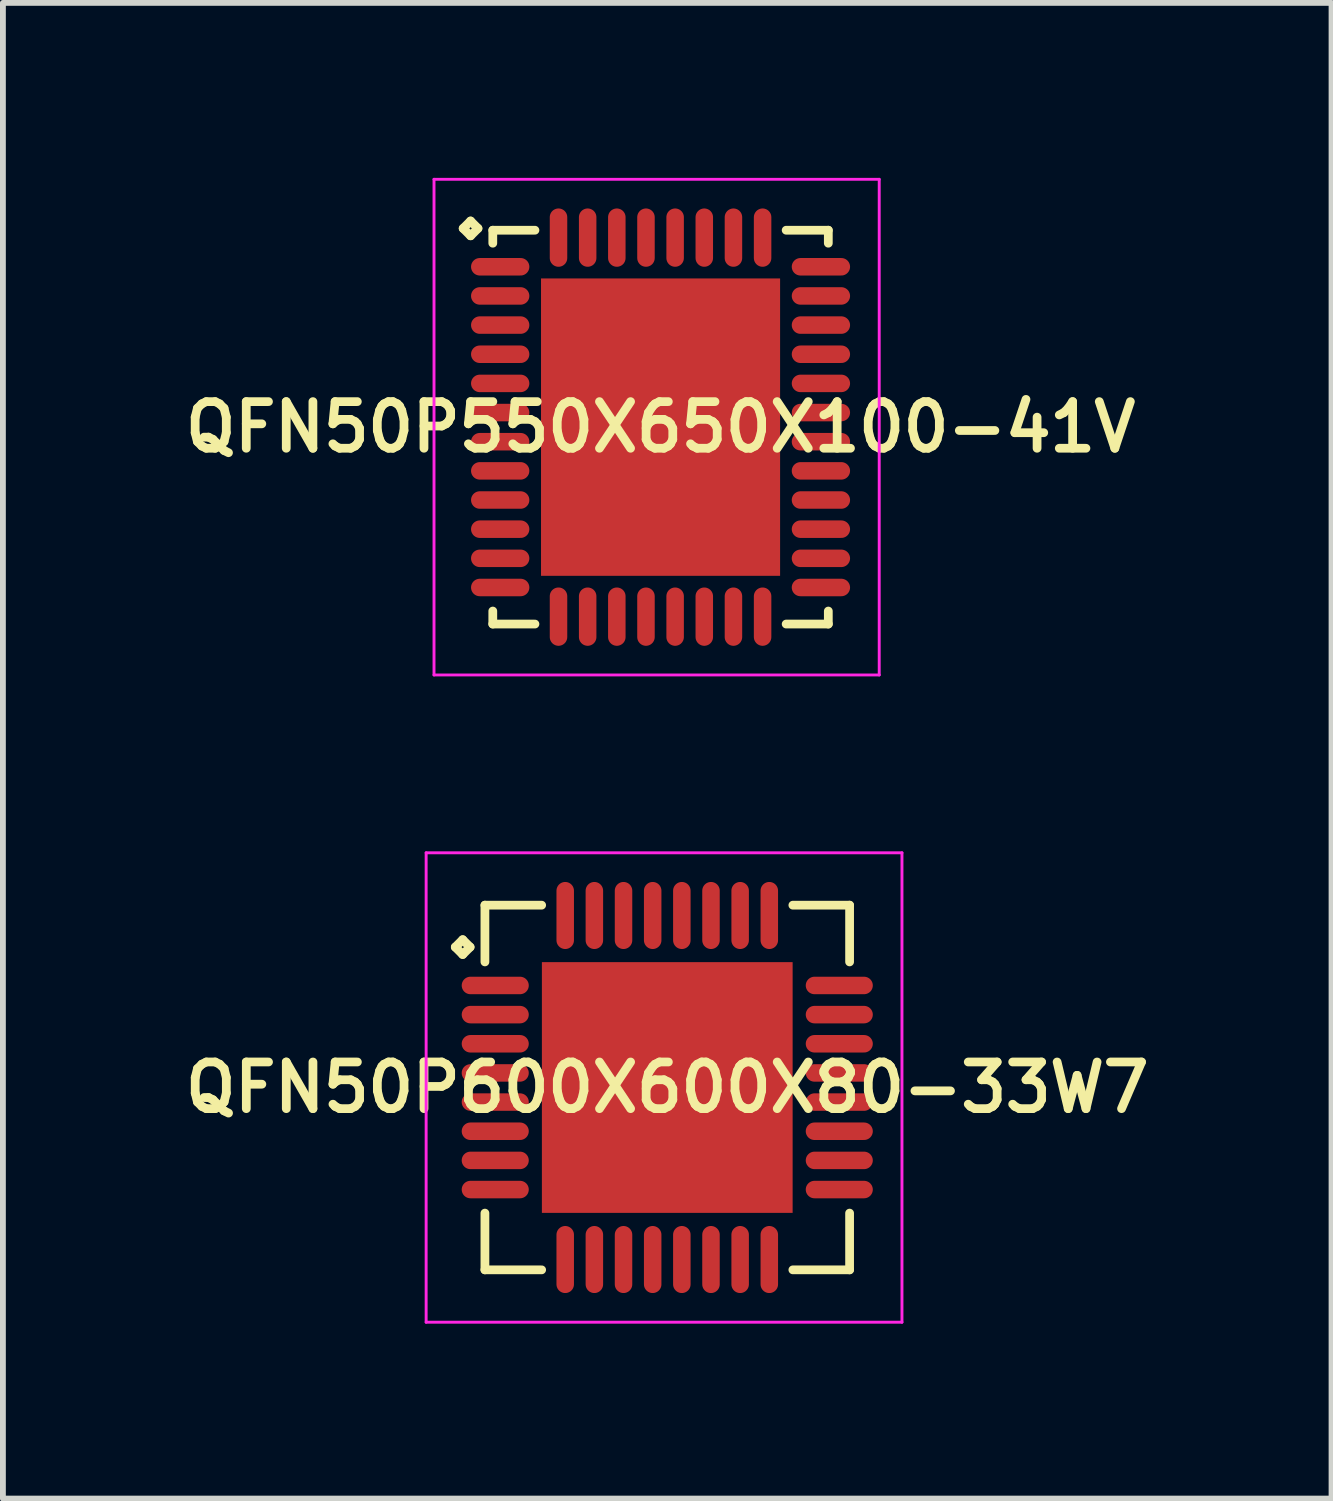
<source format=kicad_pcb>
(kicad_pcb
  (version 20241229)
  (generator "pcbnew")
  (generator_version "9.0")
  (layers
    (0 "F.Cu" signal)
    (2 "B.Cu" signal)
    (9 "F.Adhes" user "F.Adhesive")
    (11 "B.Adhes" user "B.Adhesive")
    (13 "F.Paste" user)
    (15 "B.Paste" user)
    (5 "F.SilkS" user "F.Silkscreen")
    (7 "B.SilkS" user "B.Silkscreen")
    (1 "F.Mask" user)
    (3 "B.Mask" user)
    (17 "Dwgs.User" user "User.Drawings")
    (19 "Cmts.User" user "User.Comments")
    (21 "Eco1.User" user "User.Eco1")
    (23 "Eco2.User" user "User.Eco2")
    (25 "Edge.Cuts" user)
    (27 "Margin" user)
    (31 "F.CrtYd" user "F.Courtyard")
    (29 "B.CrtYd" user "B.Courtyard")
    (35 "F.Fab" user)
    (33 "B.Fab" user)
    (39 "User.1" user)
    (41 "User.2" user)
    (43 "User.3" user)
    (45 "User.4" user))
  (footprint "QFN50P550X650X100-41V"
    (layer "F.Cu")
    (at 8.278 4.275)
    (property "Reference" "QFN50P550X650X100-41V" (at 0 0 0) (layer "F.SilkS") (effects (font (size 0.8 0.8) (thickness 0.15))))
    (attr smd)
    (fp_line (start -3.385 -3.408) (end -3.258 -3.535) (stroke (width 0.15) (type solid)) (layer "F.SilkS"))
    (fp_line (start -3.258 -3.535) (end -3.131 -3.408) (stroke (width 0.15) (type solid)) (layer "F.SilkS"))
    (fp_line (start -3.258 -3.281) (end -3.385 -3.408) (stroke (width 0.15) (type solid)) (layer "F.SilkS"))
    (fp_line (start -3.131 -3.408) (end -3.258 -3.281) (stroke (width 0.15) (type solid)) (layer "F.SilkS"))
    (fp_line (start -2.877 -3.377) (end -2.154 -3.377) (stroke (width 0.15) (type solid)) (layer "F.SilkS"))
    (fp_line (start -2.877 -3.154) (end -2.877 -3.377) (stroke (width 0.15) (type solid)) (layer "F.SilkS"))
    (fp_line (start -2.877 3.154) (end -2.877 3.377) (stroke (width 0.15) (type solid)) (layer "F.SilkS"))
    (fp_line (start -2.877 3.377) (end -2.154 3.377) (stroke (width 0.15) (type solid)) (layer "F.SilkS"))
    (fp_line (start 2.154 -3.377) (end 2.877 -3.377) (stroke (width 0.15) (type solid)) (layer "F.SilkS"))
    (fp_line (start 2.154 3.377) (end 2.877 3.377) (stroke (width 0.15) (type solid)) (layer "F.SilkS"))
    (fp_line (start 2.877 -3.377) (end 2.877 -3.154) (stroke (width 0.15) (type solid)) (layer "F.SilkS"))
    (fp_line (start 2.877 3.377) (end 2.877 3.154) (stroke (width 0.15) (type solid)) (layer "F.SilkS"))
    (fp_line (start -3.885 -4.25) (end 3.75 -4.25) (stroke (width 0.05) (type solid)) (layer "F.CrtYd"))
    (fp_line (start -3.885 4.25) (end -3.885 -4.25) (stroke (width 0.05) (type solid)) (layer "F.CrtYd"))
    (fp_line (start 3.75 -4.25) (end 3.75 4.25) (stroke (width 0.05) (type solid)) (layer "F.CrtYd"))
    (fp_line (start 3.75 4.25) (end -3.885 4.25) (stroke (width 0.05) (type solid)) (layer "F.CrtYd"))
    (pad "1" smd oval (at -2.75 -2.75) (size 1 0.3) (layers "F.Cu" "F.Mask" "F.Paste"))
    (pad "2" smd oval (at -2.75 -2.25) (size 1 0.3) (layers "F.Cu" "F.Mask" "F.Paste"))
    (pad "3" smd oval (at -2.75 -1.75) (size 1 0.3) (layers "F.Cu" "F.Mask" "F.Paste"))
    (pad "4" smd oval (at -2.75 -1.25) (size 1 0.3) (layers "F.Cu" "F.Mask" "F.Paste"))
    (pad "5" smd oval (at -2.75 -0.75) (size 1 0.3) (layers "F.Cu" "F.Mask" "F.Paste"))
    (pad "6" smd oval (at -2.75 -0.25) (size 1 0.3) (layers "F.Cu" "F.Mask" "F.Paste"))
    (pad "7" smd oval (at -2.75 0.25) (size 1 0.3) (layers "F.Cu" "F.Mask" "F.Paste"))
    (pad "8" smd oval (at -2.75 0.75) (size 1 0.3) (layers "F.Cu" "F.Mask" "F.Paste"))
    (pad "9" smd oval (at -2.75 1.25) (size 1 0.3) (layers "F.Cu" "F.Mask" "F.Paste"))
    (pad "10" smd oval (at -2.75 1.75) (size 1 0.3) (layers "F.Cu" "F.Mask" "F.Paste"))
    (pad "11" smd oval (at -2.75 2.25) (size 1 0.3) (layers "F.Cu" "F.Mask" "F.Paste"))
    (pad "12" smd oval (at -2.75 2.75) (size 1 0.3) (layers "F.Cu" "F.Mask" "F.Paste"))
    (pad "13" smd oval (at -1.75 3.25) (size 0.3 1) (layers "F.Cu" "F.Mask" "F.Paste"))
    (pad "14" smd oval (at -1.25 3.25) (size 0.3 1) (layers "F.Cu" "F.Mask" "F.Paste"))
    (pad "15" smd oval (at -0.75 3.25) (size 0.3 1) (layers "F.Cu" "F.Mask" "F.Paste"))
    (pad "16" smd oval (at -0.25 3.25) (size 0.3 1) (layers "F.Cu" "F.Mask" "F.Paste"))
    (pad "17" smd oval (at 0.25 3.25) (size 0.3 1) (layers "F.Cu" "F.Mask" "F.Paste"))
    (pad "18" smd oval (at 0.75 3.25) (size 0.3 1) (layers "F.Cu" "F.Mask" "F.Paste"))
    (pad "19" smd oval (at 1.25 3.25) (size 0.3 1) (layers "F.Cu" "F.Mask" "F.Paste"))
    (pad "20" smd oval (at 1.75 3.25) (size 0.3 1) (layers "F.Cu" "F.Mask" "F.Paste"))
    (pad "21" smd oval (at 2.75 2.75) (size 1 0.3) (layers "F.Cu" "F.Mask" "F.Paste"))
    (pad "22" smd oval (at 2.75 2.25) (size 1 0.3) (layers "F.Cu" "F.Mask" "F.Paste"))
    (pad "23" smd oval (at 2.75 1.75) (size 1 0.3) (layers "F.Cu" "F.Mask" "F.Paste"))
    (pad "24" smd oval (at 2.75 1.25) (size 1 0.3) (layers "F.Cu" "F.Mask" "F.Paste"))
    (pad "25" smd oval (at 2.75 0.75) (size 1 0.3) (layers "F.Cu" "F.Mask" "F.Paste"))
    (pad "26" smd oval (at 2.75 0.25) (size 1 0.3) (layers "F.Cu" "F.Mask" "F.Paste"))
    (pad "27" smd oval (at 2.75 -0.25) (size 1 0.3) (layers "F.Cu" "F.Mask" "F.Paste"))
    (pad "28" smd oval (at 2.75 -0.75) (size 1 0.3) (layers "F.Cu" "F.Mask" "F.Paste"))
    (pad "29" smd oval (at 2.75 -1.25) (size 1 0.3) (layers "F.Cu" "F.Mask" "F.Paste"))
    (pad "30" smd oval (at 2.75 -1.75) (size 1 0.3) (layers "F.Cu" "F.Mask" "F.Paste"))
    (pad "31" smd oval (at 2.75 -2.25) (size 1 0.3) (layers "F.Cu" "F.Mask" "F.Paste"))
    (pad "32" smd oval (at 2.75 -2.75) (size 1 0.3) (layers "F.Cu" "F.Mask" "F.Paste"))
    (pad "33" smd oval (at 1.75 -3.25) (size 0.3 1) (layers "F.Cu" "F.Mask" "F.Paste"))
    (pad "34" smd oval (at 1.25 -3.25) (size 0.3 1) (layers "F.Cu" "F.Mask" "F.Paste"))
    (pad "35" smd oval (at 0.75 -3.25) (size 0.3 1) (layers "F.Cu" "F.Mask" "F.Paste"))
    (pad "36" smd oval (at 0.25 -3.25) (size 0.3 1) (layers "F.Cu" "F.Mask" "F.Paste"))
    (pad "37" smd oval (at -0.25 -3.25) (size 0.3 1) (layers "F.Cu" "F.Mask" "F.Paste"))
    (pad "38" smd oval (at -0.75 -3.25) (size 0.3 1) (layers "F.Cu" "F.Mask" "F.Paste"))
    (pad "39" smd oval (at -1.25 -3.25) (size 0.3 1) (layers "F.Cu" "F.Mask" "F.Paste"))
    (pad "40" smd oval (at -1.75 -3.25) (size 0.3 1) (layers "F.Cu" "F.Mask" "F.Paste"))
    (pad "41" smd rect (at 0 0) (size 4.1 5.1) (layers "F.Cu" "F.Mask" "F.Paste")))
  (footprint "QFN50P600X600X80-33W7"
    (layer "F.Cu")
    (at 8.393 15.6)
    (property "Reference" "QFN50P600X600X80-33W7" (at 0 0 0) (layer "F.SilkS") (effects (font (size 0.8 0.8) (thickness 0.15))))
    (attr smd)
    (fp_line (start -3.635 -2.408) (end -3.508 -2.535) (stroke (width 0.15) (type solid)) (layer "F.SilkS"))
    (fp_line (start -3.508 -2.535) (end -3.381 -2.408) (stroke (width 0.15) (type solid)) (layer "F.SilkS"))
    (fp_line (start -3.508 -2.281) (end -3.635 -2.408) (stroke (width 0.15) (type solid)) (layer "F.SilkS"))
    (fp_line (start -3.381 -2.408) (end -3.508 -2.281) (stroke (width 0.15) (type solid)) (layer "F.SilkS"))
    (fp_line (start -3.127 -3.127) (end -2.154 -3.127) (stroke (width 0.15) (type solid)) (layer "F.SilkS"))
    (fp_line (start -3.127 -2.154) (end -3.127 -3.127) (stroke (width 0.15) (type solid)) (layer "F.SilkS"))
    (fp_line (start -3.127 2.154) (end -3.127 3.127) (stroke (width 0.15) (type solid)) (layer "F.SilkS"))
    (fp_line (start -3.127 3.127) (end -2.154 3.127) (stroke (width 0.15) (type solid)) (layer "F.SilkS"))
    (fp_line (start 2.154 -3.127) (end 3.127 -3.127) (stroke (width 0.15) (type solid)) (layer "F.SilkS"))
    (fp_line (start 2.154 3.127) (end 3.127 3.127) (stroke (width 0.15) (type solid)) (layer "F.SilkS"))
    (fp_line (start 3.127 -3.127) (end 3.127 -2.154) (stroke (width 0.15) (type solid)) (layer "F.SilkS"))
    (fp_line (start 3.127 3.127) (end 3.127 2.154) (stroke (width 0.15) (type solid)) (layer "F.SilkS"))
    (fp_line (start -4.135 -4.025) (end 4.025 -4.025) (stroke (width 0.05) (type solid)) (layer "F.CrtYd"))
    (fp_line (start -4.135 4.025) (end -4.135 -4.025) (stroke (width 0.05) (type solid)) (layer "F.CrtYd"))
    (fp_line (start 4.025 -4.025) (end 4.025 4.025) (stroke (width 0.05) (type solid)) (layer "F.CrtYd"))
    (fp_line (start 4.025 4.025) (end -4.135 4.025) (stroke (width 0.05) (type solid)) (layer "F.CrtYd"))
    (pad "1" smd oval (at -2.95 -1.75) (size 1.15 0.3) (layers "F.Cu" "F.Mask" "F.Paste"))
    (pad "2" smd oval (at -2.95 -1.25) (size 1.15 0.3) (layers "F.Cu" "F.Mask" "F.Paste"))
    (pad "3" smd oval (at -2.95 -0.75) (size 1.15 0.3) (layers "F.Cu" "F.Mask" "F.Paste"))
    (pad "4" smd oval (at -2.95 -0.25) (size 1.15 0.3) (layers "F.Cu" "F.Mask" "F.Paste"))
    (pad "5" smd oval (at -2.95 0.25) (size 1.15 0.3) (layers "F.Cu" "F.Mask" "F.Paste"))
    (pad "6" smd oval (at -2.95 0.75) (size 1.15 0.3) (layers "F.Cu" "F.Mask" "F.Paste"))
    (pad "7" smd oval (at -2.95 1.25) (size 1.15 0.3) (layers "F.Cu" "F.Mask" "F.Paste"))
    (pad "8" smd oval (at -2.95 1.75) (size 1.15 0.3) (layers "F.Cu" "F.Mask" "F.Paste"))
    (pad "9" smd oval (at -1.75 2.95) (size 0.3 1.15) (layers "F.Cu" "F.Mask" "F.Paste"))
    (pad "10" smd oval (at -1.25 2.95) (size 0.3 1.15) (layers "F.Cu" "F.Mask" "F.Paste"))
    (pad "11" smd oval (at -0.75 2.95) (size 0.3 1.15) (layers "F.Cu" "F.Mask" "F.Paste"))
    (pad "12" smd oval (at -0.25 2.95) (size 0.3 1.15) (layers "F.Cu" "F.Mask" "F.Paste"))
    (pad "13" smd oval (at 0.25 2.95) (size 0.3 1.15) (layers "F.Cu" "F.Mask" "F.Paste"))
    (pad "14" smd oval (at 0.75 2.95) (size 0.3 1.15) (layers "F.Cu" "F.Mask" "F.Paste"))
    (pad "15" smd oval (at 1.25 2.95) (size 0.3 1.15) (layers "F.Cu" "F.Mask" "F.Paste"))
    (pad "16" smd oval (at 1.75 2.95) (size 0.3 1.15) (layers "F.Cu" "F.Mask" "F.Paste"))
    (pad "17" smd oval (at 2.95 1.75) (size 1.15 0.3) (layers "F.Cu" "F.Mask" "F.Paste"))
    (pad "18" smd oval (at 2.95 1.25) (size 1.15 0.3) (layers "F.Cu" "F.Mask" "F.Paste"))
    (pad "19" smd oval (at 2.95 0.75) (size 1.15 0.3) (layers "F.Cu" "F.Mask" "F.Paste"))
    (pad "20" smd oval (at 2.95 0.25) (size 1.15 0.3) (layers "F.Cu" "F.Mask" "F.Paste"))
    (pad "21" smd oval (at 2.95 -0.25) (size 1.15 0.3) (layers "F.Cu" "F.Mask" "F.Paste"))
    (pad "22" smd oval (at 2.95 -0.75) (size 1.15 0.3) (layers "F.Cu" "F.Mask" "F.Paste"))
    (pad "23" smd oval (at 2.95 -1.25) (size 1.15 0.3) (layers "F.Cu" "F.Mask" "F.Paste"))
    (pad "24" smd oval (at 2.95 -1.75) (size 1.15 0.3) (layers "F.Cu" "F.Mask" "F.Paste"))
    (pad "25" smd oval (at 1.75 -2.95) (size 0.3 1.15) (layers "F.Cu" "F.Mask" "F.Paste"))
    (pad "26" smd oval (at 1.25 -2.95) (size 0.3 1.15) (layers "F.Cu" "F.Mask" "F.Paste"))
    (pad "27" smd oval (at 0.75 -2.95) (size 0.3 1.15) (layers "F.Cu" "F.Mask" "F.Paste"))
    (pad "28" smd oval (at 0.25 -2.95) (size 0.3 1.15) (layers "F.Cu" "F.Mask" "F.Paste"))
    (pad "29" smd oval (at -0.25 -2.95) (size 0.3 1.15) (layers "F.Cu" "F.Mask" "F.Paste"))
    (pad "30" smd oval (at -0.75 -2.95) (size 0.3 1.15) (layers "F.Cu" "F.Mask" "F.Paste"))
    (pad "31" smd oval (at -1.25 -2.95) (size 0.3 1.15) (layers "F.Cu" "F.Mask" "F.Paste"))
    (pad "32" smd oval (at -1.75 -2.95) (size 0.3 1.15) (layers "F.Cu" "F.Mask" "F.Paste"))
    (pad "33" smd rect (at 0 0) (size 4.3 4.3) (layers "F.Cu" "F.Mask" "F.Paste")))
  (gr_rect
    (start -3 -3)
    (end 19.785 22.65)
    (stroke (width 0.1) (type default))
    (fill no)
    (layer "Edge.Cuts")))
</source>
